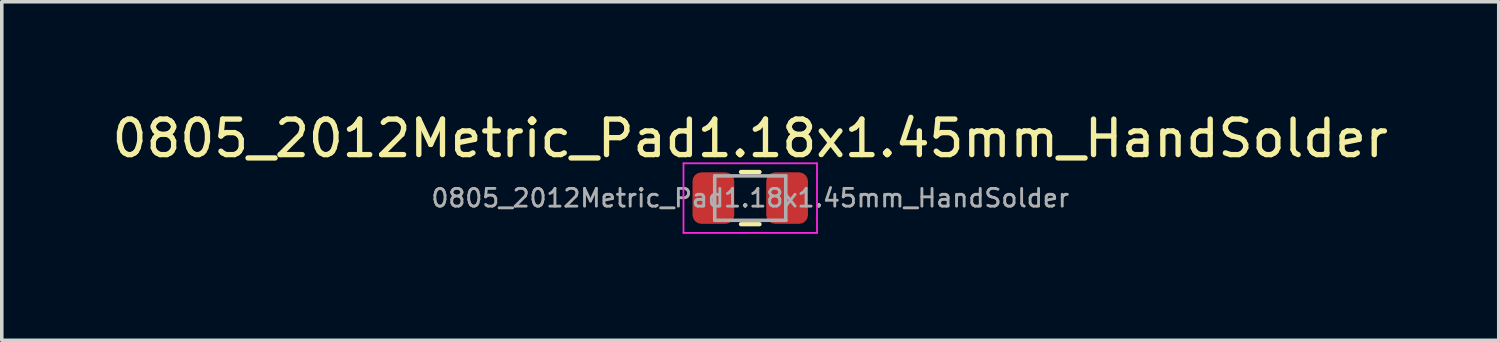
<source format=kicad_pcb>
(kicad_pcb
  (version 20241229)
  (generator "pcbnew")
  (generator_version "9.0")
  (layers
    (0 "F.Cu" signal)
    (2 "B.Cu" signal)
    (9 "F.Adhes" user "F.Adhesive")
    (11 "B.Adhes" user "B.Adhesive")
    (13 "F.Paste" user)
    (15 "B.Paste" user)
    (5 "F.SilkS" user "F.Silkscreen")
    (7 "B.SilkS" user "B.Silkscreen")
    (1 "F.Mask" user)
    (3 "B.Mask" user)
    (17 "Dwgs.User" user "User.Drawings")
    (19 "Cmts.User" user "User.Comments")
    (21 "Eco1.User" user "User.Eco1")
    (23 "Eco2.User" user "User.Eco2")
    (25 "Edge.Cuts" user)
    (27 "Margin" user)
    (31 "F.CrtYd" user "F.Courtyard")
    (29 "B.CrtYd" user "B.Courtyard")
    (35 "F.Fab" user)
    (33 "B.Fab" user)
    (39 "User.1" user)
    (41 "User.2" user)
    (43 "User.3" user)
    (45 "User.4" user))
  (footprint "0805_2012Metric_Pad1.18x1.45mm_HandSolder"
    (layer "F.Cu")
    (at 18.077 2.528)
    (property "Reference" "0805_2012Metric_Pad1.18x1.45mm_HandSolder" (at 0 -1.68 0) (layer "F.SilkS") (effects (font (size 1 1) (thickness 0.15))))
    (attr smd)
    (fp_line (start -0.261 -0.735) (end 0.261 -0.735) (stroke (width 0.12) (type solid)) (layer "F.SilkS"))
    (fp_line (start -0.261 0.735) (end 0.261 0.735) (stroke (width 0.12) (type solid)) (layer "F.SilkS"))
    (fp_line (start -1.88 -0.98) (end 1.88 -0.98) (stroke (width 0.05) (type solid)) (layer "F.CrtYd"))
    (fp_line (start -1.88 0.98) (end -1.88 -0.98) (stroke (width 0.05) (type solid)) (layer "F.CrtYd"))
    (fp_line (start 1.88 -0.98) (end 1.88 0.98) (stroke (width 0.05) (type solid)) (layer "F.CrtYd"))
    (fp_line (start 1.88 0.98) (end -1.88 0.98) (stroke (width 0.05) (type solid)) (layer "F.CrtYd"))
    (fp_line (start -1 -0.625) (end 1 -0.625) (stroke (width 0.1) (type solid)) (layer "F.Fab"))
    (fp_line (start -1 0.625) (end -1 -0.625) (stroke (width 0.1) (type solid)) (layer "F.Fab"))
    (fp_line (start 1 -0.625) (end 1 0.625) (stroke (width 0.1) (type solid)) (layer "F.Fab"))
    (fp_line (start 1 0.625) (end -1 0.625) (stroke (width 0.1) (type solid)) (layer "F.Fab"))
    (fp_text user "${REFERENCE}" (at 0 0 0) (layer "F.Fab") (effects (font (size 0.5 0.5) (thickness 0.08))))
    (pad "1" smd roundrect (at -1.038 0) (size 1.175 1.45) (layers "F.Cu" "F.Mask" "F.Paste") (roundrect_rratio 0.213))
    (pad "2" smd roundrect (at 1.038 0) (size 1.175 1.45) (layers "F.Cu" "F.Mask" "F.Paste") (roundrect_rratio 0.213)))
  (gr_rect
    (start -3 -3)
    (end 39.155 6.533)
    (stroke (width 0.1) (type default))
    (fill no)
    (layer "Edge.Cuts")))
</source>
